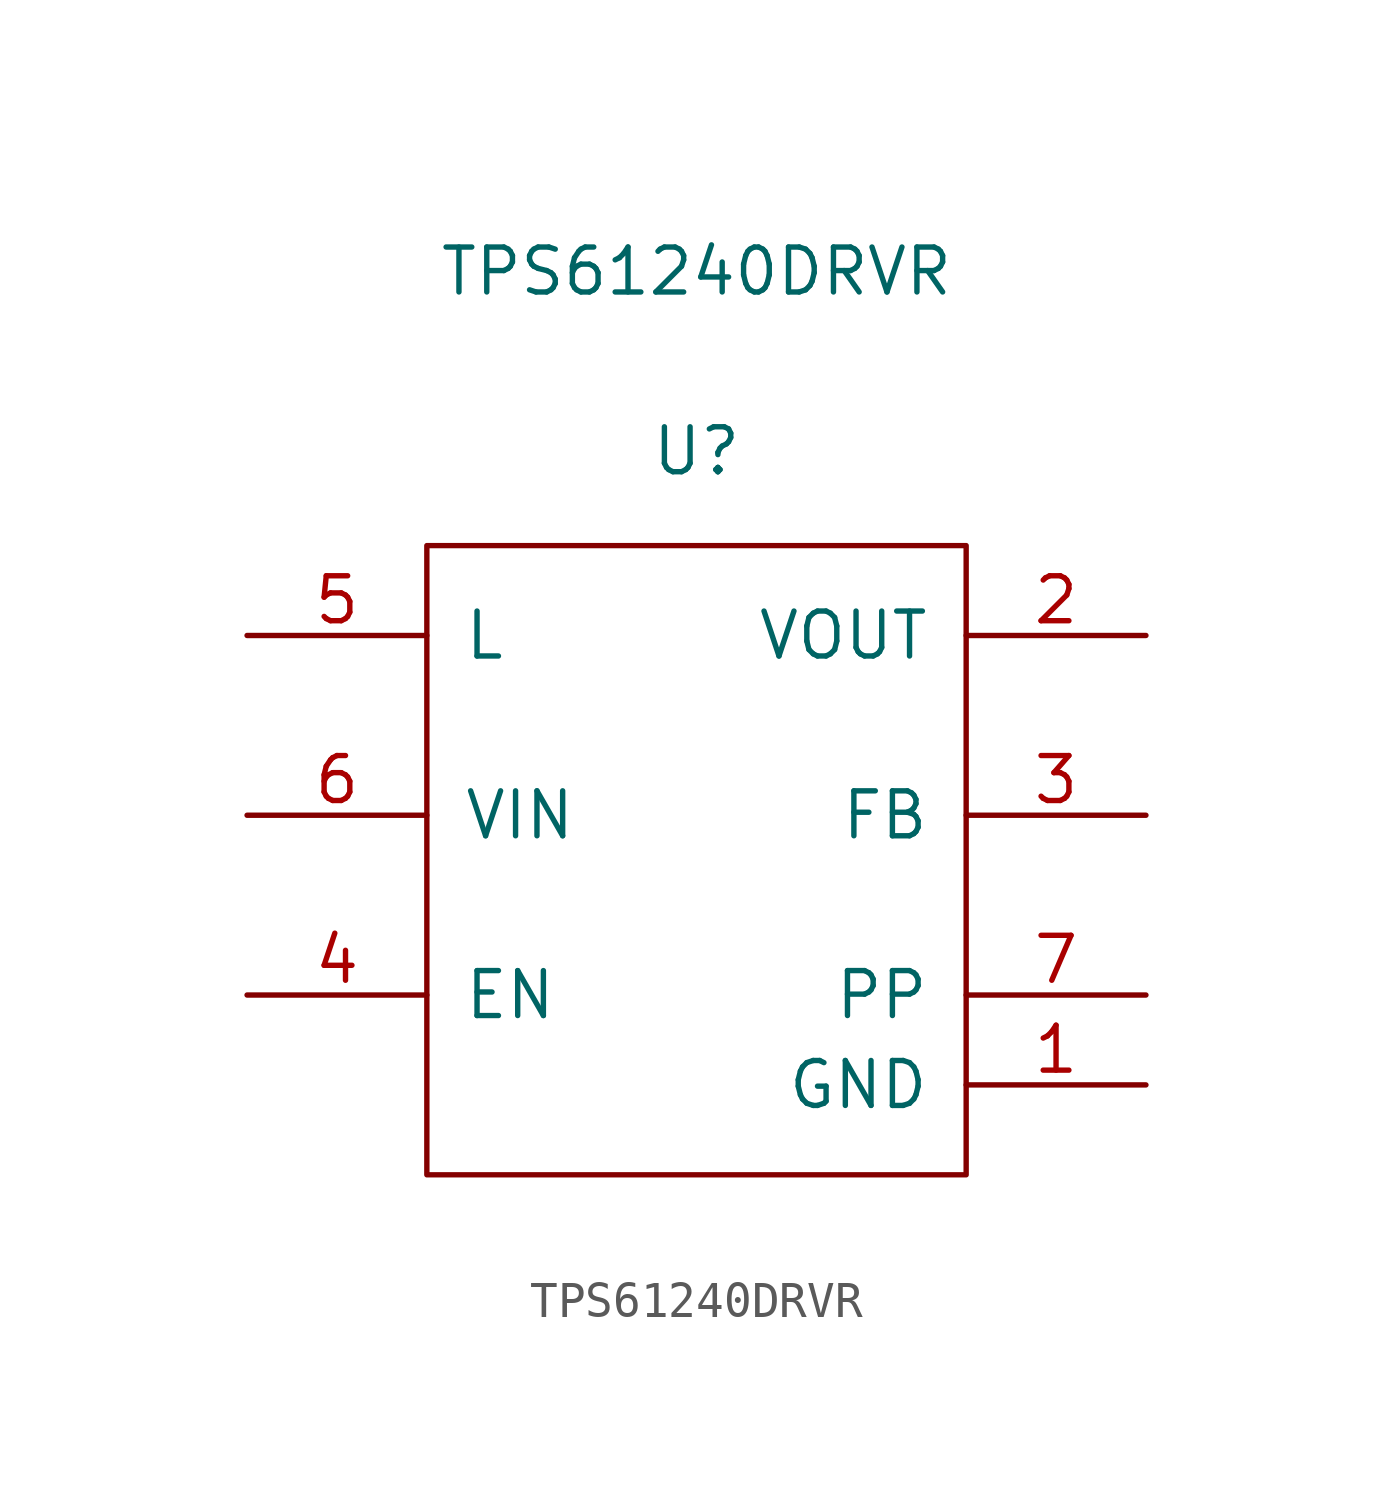
<source format=kicad_sym>
(kicad_symbol_lib
  (version 20220914)
  (generator kicad_symbol_editor)
  (symbol "TPS61240DRVR"
    (pin_names
      (offset 1.016))
    (property "Reference" "U"
      (at 0 11.557 0)
      (effects (font (size 1.27 1.27))))
    (property "Value" "TPS61240DRVR"
      (at 0 16.637 0)
      (effects (font (size 1.27 1.27))))
    (symbol "TPS61240DRVR_1_1"
      (rectangle (start -7.62 8.89) (end 7.62 -8.89) (stroke (width 0.152) (type solid)) (fill (type none)))
      (pin power_in line (at 12.7 -6.35 180) (length 5.08) (name "GND" (effects (font (size 1.27 1.27)))) (number "1" (effects (font (size 1.27 1.27)))))
      (pin power_in line (at 12.7 6.35 180) (length 5.08) (name "VOUT" (effects (font (size 1.27 1.27)))) (number "2" (effects (font (size 1.27 1.27)))))
      (pin input line (at 12.7 1.27 180) (length 5.08) (name "FB" (effects (font (size 1.27 1.27)))) (number "3" (effects (font (size 1.27 1.27)))))
      (pin input line (at -12.7 -3.81 0) (length 5.08) (name "EN" (effects (font (size 1.27 1.27)))) (number "4" (effects (font (size 1.27 1.27)))))
      (pin power_in line (at -12.7 6.35 0) (length 5.08) (name "L" (effects (font (size 1.27 1.27)))) (number "5" (effects (font (size 1.27 1.27)))))
      (pin power_in line (at -12.7 1.27 0) (length 5.08) (name "VIN" (effects (font (size 1.27 1.27)))) (number "6" (effects (font (size 1.27 1.27)))))
      (pin power_in line (at 12.7 -3.81 180) (length 5.08) (name "PP" (effects (font (size 1.27 1.27)))) (number "7" (effects (font (size 1.27 1.27))))))))
</source>
